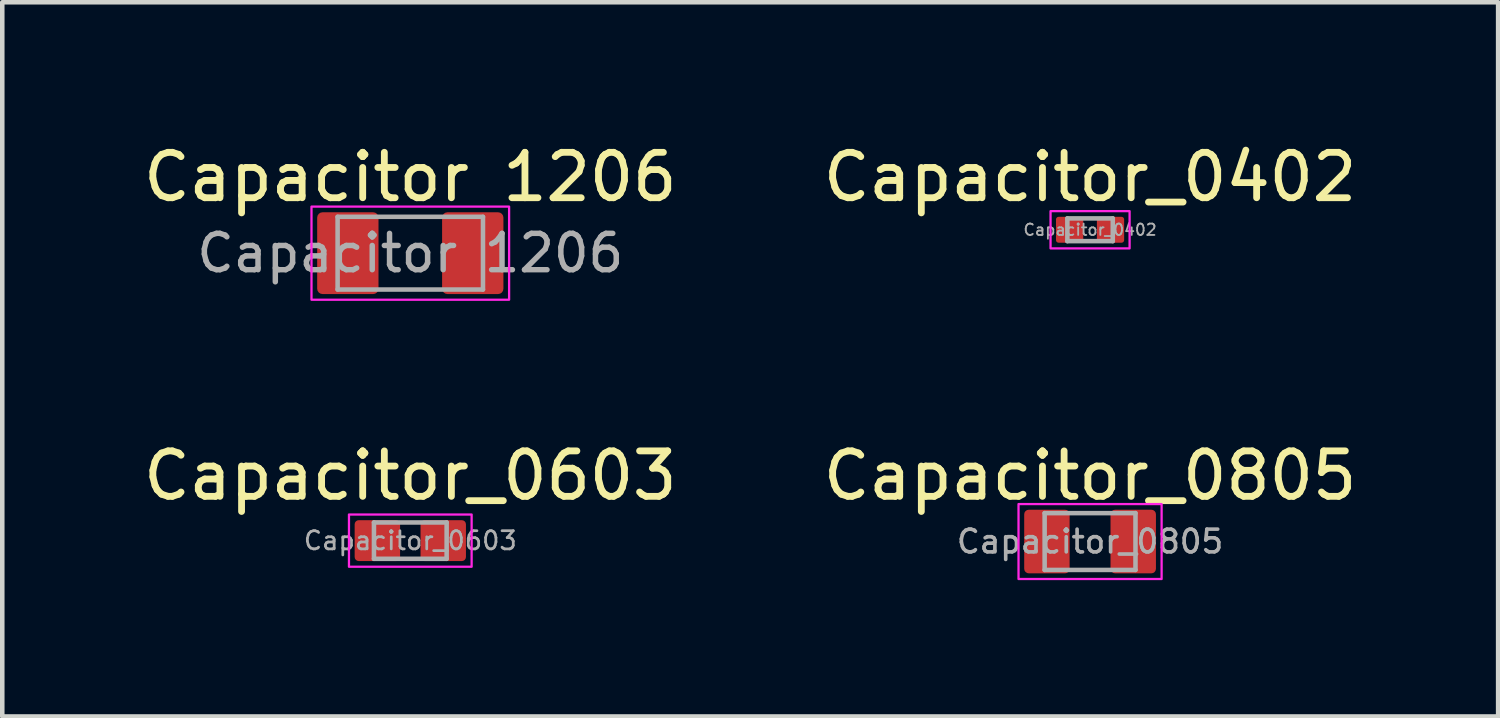
<source format=kicad_pcb>
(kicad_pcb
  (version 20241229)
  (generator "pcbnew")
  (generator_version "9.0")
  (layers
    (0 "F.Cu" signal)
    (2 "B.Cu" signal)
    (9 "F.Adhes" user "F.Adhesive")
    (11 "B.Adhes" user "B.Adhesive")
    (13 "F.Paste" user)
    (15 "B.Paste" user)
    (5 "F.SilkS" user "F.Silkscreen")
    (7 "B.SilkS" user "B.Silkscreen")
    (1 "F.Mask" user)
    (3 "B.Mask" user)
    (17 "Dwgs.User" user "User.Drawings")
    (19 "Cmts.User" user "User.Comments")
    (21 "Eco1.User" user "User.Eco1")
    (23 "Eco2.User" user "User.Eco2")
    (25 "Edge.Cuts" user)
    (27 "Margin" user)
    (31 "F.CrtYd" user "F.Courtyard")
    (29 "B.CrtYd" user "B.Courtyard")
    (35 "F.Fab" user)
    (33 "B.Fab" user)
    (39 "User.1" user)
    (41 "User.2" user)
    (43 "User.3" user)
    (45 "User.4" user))
  (footprint "Capacitor_0402"
    (layer "F.Cu")
    (at 20.946 2.008)
    (property "Reference" "Capacitor_0402" (at 0 -1.16 0) (layer "F.SilkS") (effects (font (size 1 1) (thickness 0.15))))
    (attr smd)
    (fp_rect (start -0.87 -0.41) (end 0.87 0.41) (stroke (width 0.05) (type default)) (fill no) (layer "F.CrtYd"))
    (fp_line (start -0.5 -0.25) (end 0.5 -0.25) (stroke (width 0.1) (type solid)) (layer "F.Fab"))
    (fp_line (start -0.5 0.25) (end -0.5 -0.25) (stroke (width 0.1) (type solid)) (layer "F.Fab"))
    (fp_line (start 0.5 -0.25) (end 0.5 0.25) (stroke (width 0.1) (type solid)) (layer "F.Fab"))
    (fp_line (start 0.5 0.25) (end -0.5 0.25) (stroke (width 0.1) (type solid)) (layer "F.Fab"))
    (fp_text user "${REFERENCE}" (at 0 0 0) (layer "F.Fab") (effects (font (size 0.25 0.25) (thickness 0.04))))
    (pad "1" smd roundrect (at -0.45 0) (size 0.6 0.57) (layers "F.Cu" "F.Mask" "F.Paste") (roundrect_rratio 0.1))
    (pad "2" smd roundrect (at 0.45 0) (size 0.6 0.57) (layers "F.Cu" "F.Mask" "F.Paste") (roundrect_rratio 0.1)))
  (footprint "Capacitor_0603"
    (layer "F.Cu")
    (at 5.982 8.851)
    (property "Reference" "Capacitor_0603" (at 0 -1.43 0) (layer "F.SilkS") (effects (font (size 1 1) (thickness 0.15))))
    (attr smd)
    (fp_rect (start -1.35 -0.575) (end 1.35 0.575) (stroke (width 0.05) (type default)) (fill no) (layer "F.CrtYd"))
    (fp_line (start -0.8 -0.4) (end 0.8 -0.4) (stroke (width 0.1) (type solid)) (layer "F.Fab"))
    (fp_line (start -0.8 0.4) (end -0.8 -0.4) (stroke (width 0.1) (type solid)) (layer "F.Fab"))
    (fp_line (start 0.8 -0.4) (end 0.8 0.4) (stroke (width 0.1) (type solid)) (layer "F.Fab"))
    (fp_line (start 0.8 0.4) (end -0.8 0.4) (stroke (width 0.1) (type solid)) (layer "F.Fab"))
    (fp_text user "${REFERENCE}" (at 0 0 0) (layer "F.Fab") (effects (font (size 0.4 0.4) (thickness 0.06))))
    (pad "1" smd roundrect (at -0.725 0) (size 1 0.9) (layers "F.Cu" "F.Mask" "F.Paste") (roundrect_rratio 0.1))
    (pad "2" smd roundrect (at 0.725 0) (size 1 0.9) (layers "F.Cu" "F.Mask" "F.Paste") (roundrect_rratio 0.1)))
  (footprint "Capacitor 1206"
    (layer "F.Cu")
    (at 5.982 2.523)
    (property "Reference" "Capacitor 1206" (at 0 -1.675 0) (layer "F.SilkS") (effects (font (size 1 1) (thickness 0.15))))
    (attr smd)
    (fp_rect (start -2.175 -1.025) (end 2.175 1.025) (stroke (width 0.05) (type default)) (fill no) (layer "F.CrtYd"))
    (fp_line (start -1.6 -0.8) (end 1.6 -0.8) (stroke (width 0.1) (type solid)) (layer "F.Fab"))
    (fp_line (start -1.6 0.8) (end -1.6 -0.8) (stroke (width 0.1) (type solid)) (layer "F.Fab"))
    (fp_line (start 1.6 -0.8) (end 1.6 0.8) (stroke (width 0.1) (type solid)) (layer "F.Fab"))
    (fp_line (start 1.6 0.8) (end -1.6 0.8) (stroke (width 0.1) (type solid)) (layer "F.Fab"))
    (fp_text user "${REFERENCE}" (at 0 0 0) (layer "F.Fab") (effects (font (size 0.8 0.8) (thickness 0.12))))
    (pad "1" smd roundrect (at -1.375 0) (size 1.35 1.8) (layers "F.Cu" "F.Mask" "F.Paste") (roundrect_rratio 0.087))
    (pad "2" smd roundrect (at 1.375 0) (size 1.35 1.8) (layers "F.Cu" "F.Mask" "F.Paste") (roundrect_rratio 0.087)))
  (footprint "Capacitor_0805"
    (layer "F.Cu")
    (at 20.946 8.871)
    (property "Reference" "Capacitor_0805" (at 0 -1.45 0) (layer "F.SilkS") (effects (font (size 1 1) (thickness 0.15))))
    (attr smd)
    (fp_rect (start -1.575 -0.825) (end 1.575 0.825) (stroke (width 0.05) (type default)) (fill no) (layer "F.CrtYd"))
    (fp_line (start -1 -0.625) (end 1 -0.625) (stroke (width 0.1) (type solid)) (layer "F.Fab"))
    (fp_line (start -1 0.625) (end -1 -0.625) (stroke (width 0.1) (type solid)) (layer "F.Fab"))
    (fp_line (start 1 -0.625) (end 1 0.625) (stroke (width 0.1) (type solid)) (layer "F.Fab"))
    (fp_line (start 1 0.625) (end -1 0.625) (stroke (width 0.1) (type solid)) (layer "F.Fab"))
    (fp_text user "${REFERENCE}" (at 0 0 0) (layer "F.Fab") (effects (font (size 0.5 0.5) (thickness 0.08))))
    (pad "1" smd roundrect (at -0.95 0) (size 1 1.4) (layers "F.Cu" "F.Mask" "F.Paste") (roundrect_rratio 0.1))
    (pad "2" smd roundrect (at 0.95 0) (size 1 1.4) (layers "F.Cu" "F.Mask" "F.Paste") (roundrect_rratio 0.1)))
  (gr_rect
    (start -3 -3)
    (end 29.929 12.722)
    (stroke (width 0.1) (type default))
    (fill no)
    (layer "Edge.Cuts")))
</source>
